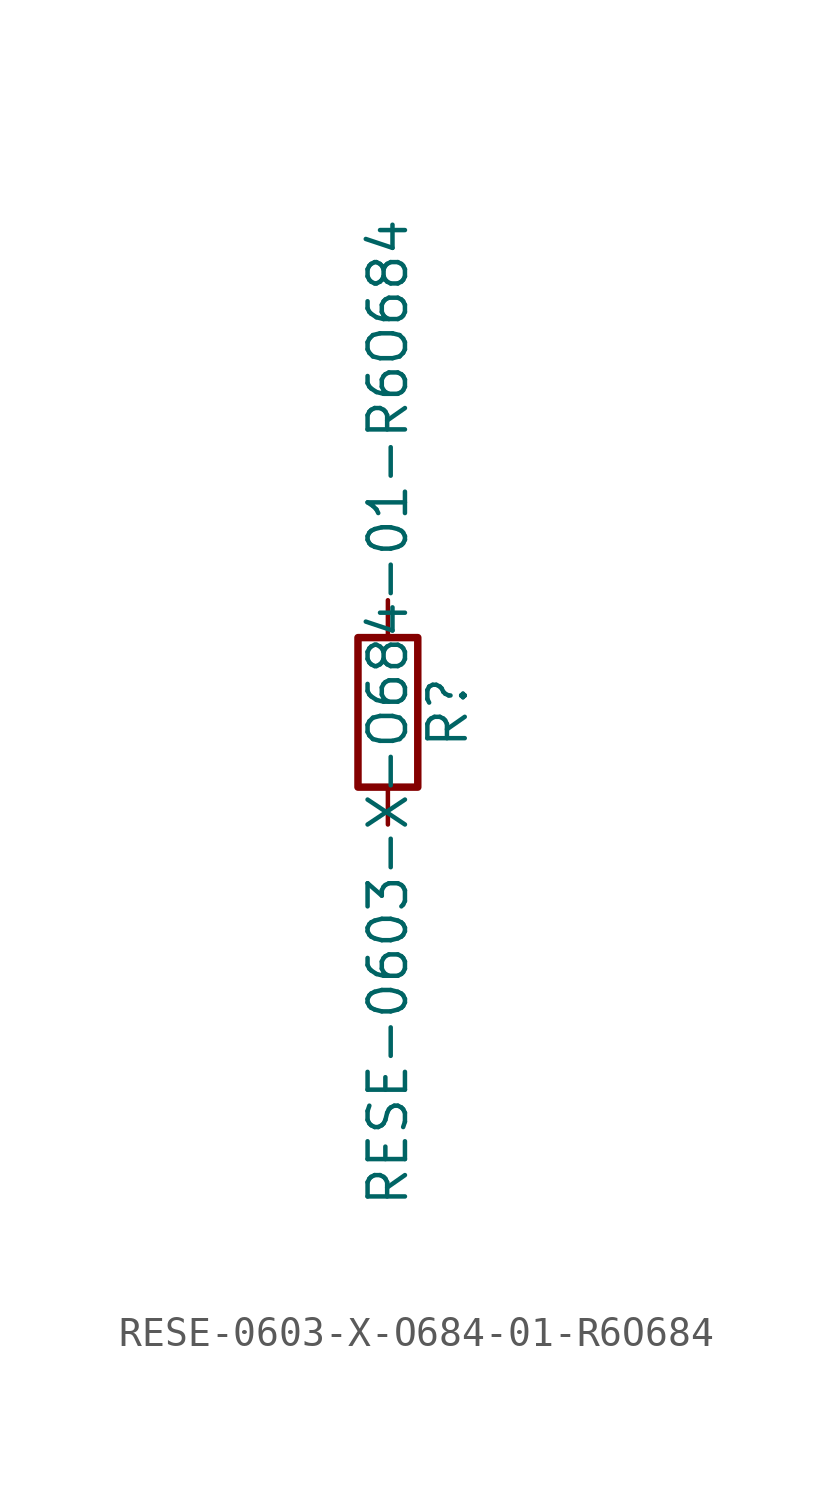
<source format=kicad_sym>
(kicad_symbol_lib
  (version 20211014)
  (generator kicad_symbol_editor)
  (symbol "RESE-0603-X-O684-01-R6O684"
    (pin_numbers hide)
    (pin_names
      (offset 0))
    (property "Reference" "R"
      (at 2.032 0 90)
      (effects (font (size 1.27 1.27))))
    (property "Value" "RESE-0603-X-O684-01-R6O684"
      (at 0 0 90)
      (effects (font (size 1.27 1.27))))
    (symbol "RESE-0603-X-O684-01-R6O684_0_1"
      (rectangle (start -1.016 -2.54) (end 1.016 2.54) (stroke (width 0.254) (type default) (color 0 0 0 0)) (fill (type none))))
    (symbol "RESE-0603-X-O684-01-R6O684_1_1"
      (pin passive line (at 0 3.81 270) (length 1.27) (name "~" (effects (font (size 1.27 1.27)))) (number "1" (effects (font (size 1.27 1.27)))))
      (pin passive line (at 0 -3.81 90) (length 1.27) (name "~" (effects (font (size 1.27 1.27)))) (number "2" (effects (font (size 1.27 1.27))))))))
</source>
